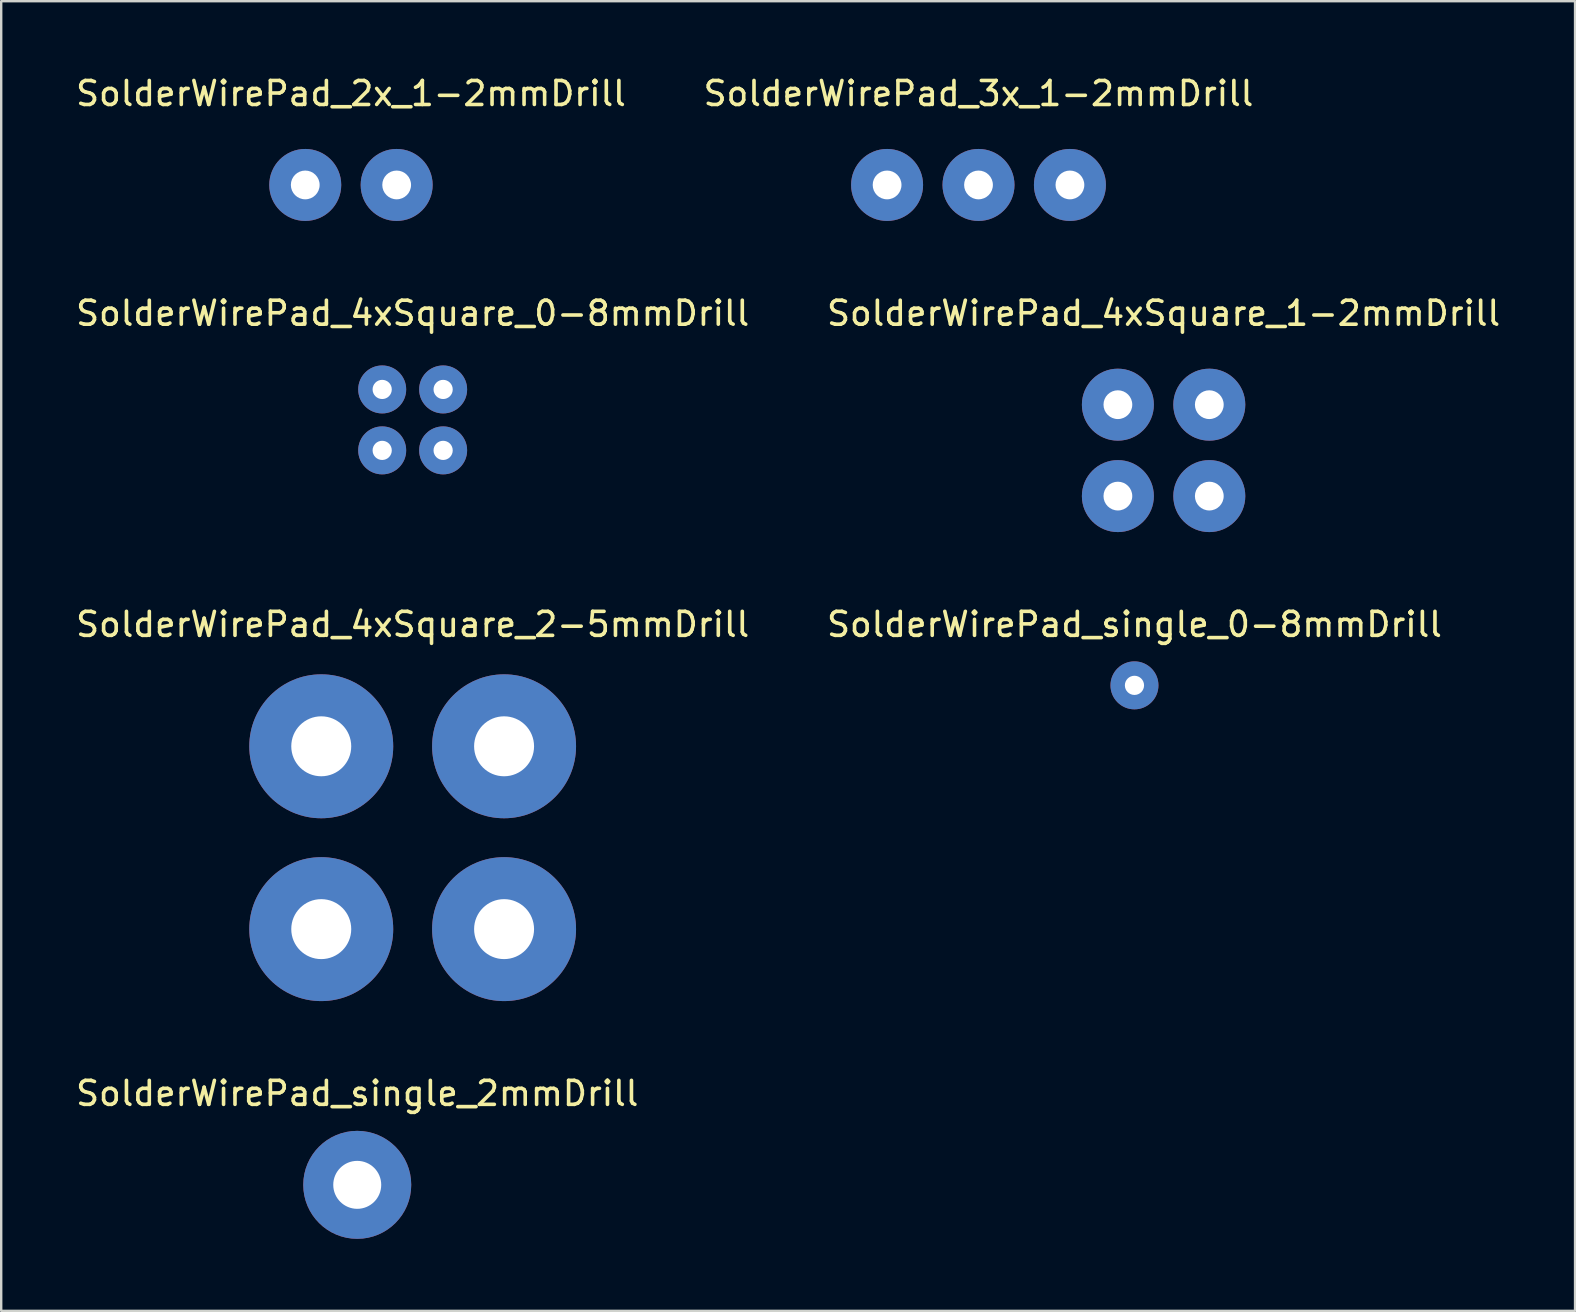
<source format=kicad_pcb>
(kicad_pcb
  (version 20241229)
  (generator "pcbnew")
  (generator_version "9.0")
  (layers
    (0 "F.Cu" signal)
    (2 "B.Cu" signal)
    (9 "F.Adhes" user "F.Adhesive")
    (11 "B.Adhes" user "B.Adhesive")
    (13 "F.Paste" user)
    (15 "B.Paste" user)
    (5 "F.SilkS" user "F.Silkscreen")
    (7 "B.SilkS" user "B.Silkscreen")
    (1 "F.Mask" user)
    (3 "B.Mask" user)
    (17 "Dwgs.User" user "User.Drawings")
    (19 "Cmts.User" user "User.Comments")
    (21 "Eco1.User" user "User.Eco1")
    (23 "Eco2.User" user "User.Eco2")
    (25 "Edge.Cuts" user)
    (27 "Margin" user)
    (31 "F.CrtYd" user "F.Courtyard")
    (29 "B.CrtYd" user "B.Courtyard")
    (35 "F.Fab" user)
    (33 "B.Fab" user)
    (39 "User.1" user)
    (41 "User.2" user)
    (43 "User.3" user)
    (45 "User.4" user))
  (footprint "SolderWirePad_single_0-8mmDrill"
    (layer "F.Cu")
    (at 44.232 25.514)
    (property "Reference" "SolderWirePad_single_0-8mmDrill" (at 0 -2.54 0) (layer "F.SilkS") (effects (font (size 1 1) (thickness 0.15))))
    (attr through_hole)
    (pad "1" thru_hole circle (at 0 0) (size 1.999 1.999) (drill 0.8) (layers "*.Cu" "*.Mask")))
  (footprint "SolderWirePad_4xSquare_0-8mmDrill"
    (layer "F.Cu")
    (at 14.149 14.451)
    (property "Reference" "SolderWirePad_4xSquare_0-8mmDrill" (at 0 -4.445 0) (layer "F.SilkS") (effects (font (size 1 1) (thickness 0.15))))
    (attr through_hole)
    (pad "1" thru_hole circle (at -1.27 -1.27) (size 1.999 1.999) (drill 0.8) (layers "*.Cu" "*.Mask"))
    (pad "1" thru_hole circle (at -1.27 1.27) (size 1.999 1.999) (drill 0.8) (layers "*.Cu" "*.Mask"))
    (pad "1" thru_hole circle (at 1.27 -1.27) (size 1.999 1.999) (drill 0.8) (layers "*.Cu" "*.Mask"))
    (pad "1" thru_hole circle (at 1.27 1.27) (size 1.999 1.999) (drill 0.8) (layers "*.Cu" "*.Mask")))
  (footprint "SolderWirePad_single_2mmDrill"
    (layer "F.Cu")
    (at 11.839 46.332)
    (property "Reference" "SolderWirePad_single_2mmDrill" (at 0 -3.81 0) (layer "F.SilkS") (effects (font (size 1 1) (thickness 0.15))))
    (attr through_hole)
    (pad "1" thru_hole circle (at 0 0) (size 4.501 4.501) (drill 1.999) (layers "*.Cu" "*.Mask")))
  (footprint "SolderWirePad_4xSquare_2-5mmDrill"
    (layer "F.Cu")
    (at 14.149 31.864)
    (property "Reference" "SolderWirePad_4xSquare_2-5mmDrill" (at 0 -8.89 0) (layer "F.SilkS") (effects (font (size 1 1) (thickness 0.15))))
    (attr through_hole)
    (pad "1" thru_hole circle (at -3.81 -3.81) (size 5.999 5.999) (drill 2.499) (layers "*.Cu" "*.Mask"))
    (pad "1" thru_hole circle (at -3.81 3.81) (size 5.999 5.999) (drill 2.499) (layers "*.Cu" "*.Mask"))
    (pad "1" thru_hole circle (at 3.81 -3.81) (size 5.999 5.999) (drill 2.499) (layers "*.Cu" "*.Mask"))
    (pad "1" thru_hole circle (at 3.81 3.81) (size 5.999 5.999) (drill 2.499) (layers "*.Cu" "*.Mask")))
  (footprint "SolderWirePad_2x_1-2mmDrill"
    (layer "F.Cu")
    (at 11.577 4.658)
    (property "Reference" "SolderWirePad_2x_1-2mmDrill" (at 0 -3.81 0) (layer "F.SilkS") (effects (font (size 1 1) (thickness 0.15))))
    (attr through_hole)
    (pad "1" thru_hole circle (at -1.905 0) (size 3 3) (drill 1.199) (layers "*.Cu" "*.Mask"))
    (pad "1" thru_hole circle (at 1.905 0) (size 3 3) (drill 1.199) (layers "*.Cu" "*.Mask")))
  (footprint "SolderWirePad_3x_1-2mmDrill"
    (layer "F.Cu")
    (at 37.732 4.658)
    (property "Reference" "SolderWirePad_3x_1-2mmDrill" (at 0 -3.81 0) (layer "F.SilkS") (effects (font (size 1 1) (thickness 0.15))))
    (attr through_hole)
    (pad "1" thru_hole circle (at -3.81 0) (size 3 3) (drill 1.199) (layers "*.Cu" "*.Mask"))
    (pad "1" thru_hole circle (at 0 0) (size 3 3) (drill 1.199) (layers "*.Cu" "*.Mask"))
    (pad "1" thru_hole circle (at 3.81 0) (size 3 3) (drill 1.199) (layers "*.Cu" "*.Mask")))
  (footprint "SolderWirePad_4xSquare_1-2mmDrill"
    (layer "F.Cu")
    (at 45.446 15.721)
    (property "Reference" "SolderWirePad_4xSquare_1-2mmDrill" (at 0 -5.715 0) (layer "F.SilkS") (effects (font (size 1 1) (thickness 0.15))))
    (attr through_hole)
    (pad "1" thru_hole circle (at -1.905 -1.905) (size 3 3) (drill 1.199) (layers "*.Cu" "*.Mask"))
    (pad "1" thru_hole circle (at -1.905 1.905) (size 3 3) (drill 1.199) (layers "*.Cu" "*.Mask"))
    (pad "1" thru_hole circle (at 1.905 -1.905) (size 3 3) (drill 1.199) (layers "*.Cu" "*.Mask"))
    (pad "1" thru_hole circle (at 1.905 1.905) (size 3 3) (drill 1.199) (layers "*.Cu" "*.Mask")))
  (gr_rect
    (start -3 -3)
    (end 62.595 51.583)
    (stroke (width 0.1) (type default))
    (fill no)
    (layer "Edge.Cuts")))
</source>
